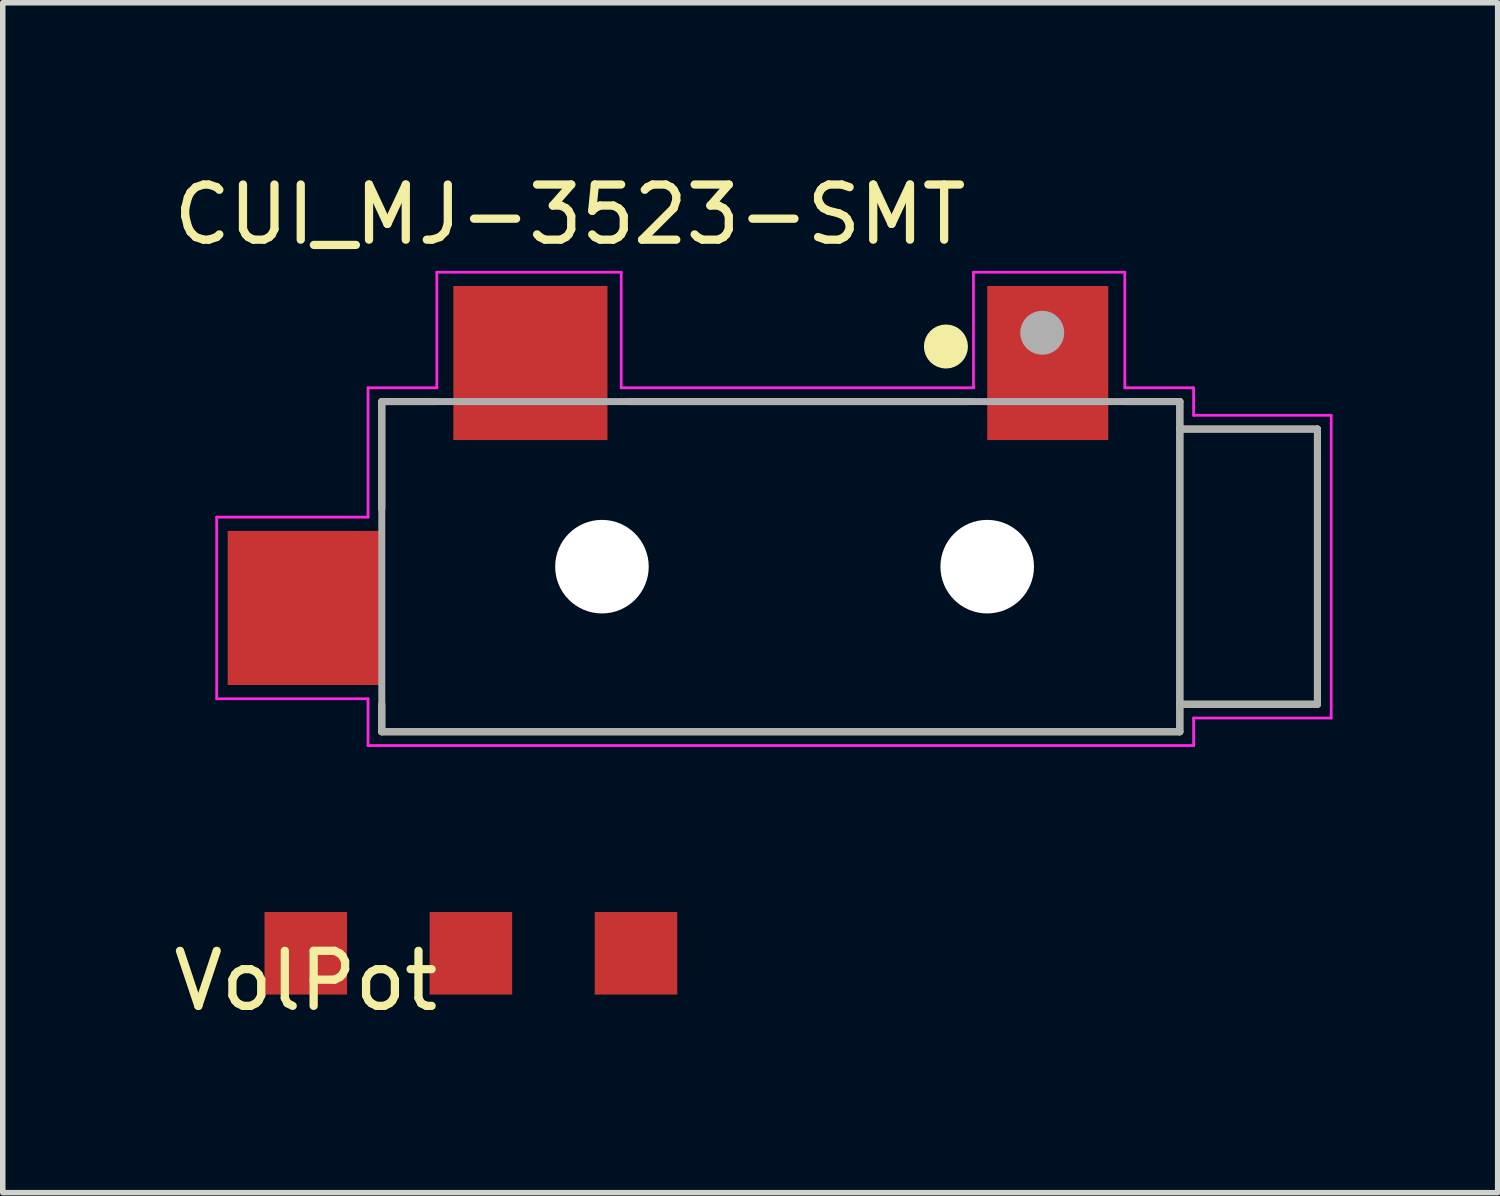
<source format=kicad_pcb>
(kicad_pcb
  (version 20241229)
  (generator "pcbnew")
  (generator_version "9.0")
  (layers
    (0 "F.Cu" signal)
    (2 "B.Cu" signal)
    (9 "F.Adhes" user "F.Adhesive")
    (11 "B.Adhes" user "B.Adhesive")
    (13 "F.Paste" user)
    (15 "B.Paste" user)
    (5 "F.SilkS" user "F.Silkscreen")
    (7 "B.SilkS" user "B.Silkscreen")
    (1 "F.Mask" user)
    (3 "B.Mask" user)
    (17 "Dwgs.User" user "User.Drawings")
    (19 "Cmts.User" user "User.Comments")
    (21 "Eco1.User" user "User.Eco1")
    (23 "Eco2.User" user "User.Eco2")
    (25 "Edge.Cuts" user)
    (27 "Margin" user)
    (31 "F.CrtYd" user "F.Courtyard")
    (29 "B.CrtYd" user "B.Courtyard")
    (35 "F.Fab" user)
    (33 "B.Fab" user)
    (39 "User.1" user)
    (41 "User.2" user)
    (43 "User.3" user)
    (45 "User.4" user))
  (footprint "VolPot"
    (layer "F.Cu")
    (at 2.506 14.271)
    (property "Reference" "VolPot" (at 0 0.5 0) (layer "F.SilkS") (effects (font (size 1 1) (thickness 0.15))))
    (attr through_hole)
    (pad "1" smd rect (at 0 0) (size 1.5 1.5) (layers "F.Cu" "F.Mask" "F.Paste"))
    (pad "2" smd rect (at 3 0) (size 1.5 1.5) (layers "F.Cu" "F.Mask" "F.Paste"))
    (pad "3" smd rect (at 6 0) (size 1.5 1.5) (layers "F.Cu" "F.Mask" "F.Paste")))
  (footprint "CUI_MJ-3523-SMT"
    (layer "F.Cu")
    (at 11.137 7.246)
    (property "Reference" "CUI_MJ-3523-SMT" (at -3.832 -6.397 0) (layer "F.SilkS") (effects (font (size 1.002 1.002) (thickness 0.15))))
    (attr through_hole)
    (fp_line (start -7.25 -3) (end -7.25 -1.05) (stroke (width 0.127) (type solid)) (layer "F.SilkS"))
    (fp_line (start -7.25 2.5) (end -7.25 3) (stroke (width 0.127) (type solid)) (layer "F.SilkS"))
    (fp_line (start -7.25 3) (end 7.25 3) (stroke (width 0.127) (type solid)) (layer "F.SilkS"))
    (fp_line (start -6.25 -3) (end -7.25 -3) (stroke (width 0.127) (type solid)) (layer "F.SilkS"))
    (fp_line (start 3.4 -3) (end -2.75 -3) (stroke (width 0.127) (type solid)) (layer "F.SilkS"))
    (fp_line (start 7.25 -3) (end 6.25 -3) (stroke (width 0.127) (type solid)) (layer "F.SilkS"))
    (fp_line (start 7.25 -2.5) (end 7.25 -3) (stroke (width 0.127) (type solid)) (layer "F.SilkS"))
    (fp_line (start 7.25 -2.5) (end 9.75 -2.5) (stroke (width 0.127) (type solid)) (layer "F.SilkS"))
    (fp_line (start 7.25 2.5) (end 7.25 -2.5) (stroke (width 0.127) (type solid)) (layer "F.SilkS"))
    (fp_line (start 7.25 3) (end 7.25 2.5) (stroke (width 0.127) (type solid)) (layer "F.SilkS"))
    (fp_line (start 9.75 -2.5) (end 9.75 2.5) (stroke (width 0.127) (type solid)) (layer "F.SilkS"))
    (fp_line (start 9.75 2.5) (end 7.25 2.5) (stroke (width 0.127) (type solid)) (layer "F.SilkS"))
    (fp_circle (center 3 -4) (end 3.2 -4) (stroke (width 0.4) (type solid)) (fill no) (layer "F.SilkS"))
    (fp_line (start -10.25 -0.9) (end -7.5 -0.9) (stroke (width 0.05) (type solid)) (layer "F.CrtYd"))
    (fp_line (start -10.25 2.4) (end -10.25 -0.9) (stroke (width 0.05) (type solid)) (layer "F.CrtYd"))
    (fp_line (start -7.5 -3.25) (end -6.25 -3.25) (stroke (width 0.05) (type solid)) (layer "F.CrtYd"))
    (fp_line (start -7.5 -0.9) (end -7.5 -3.25) (stroke (width 0.05) (type solid)) (layer "F.CrtYd"))
    (fp_line (start -7.5 2.4) (end -10.25 2.4) (stroke (width 0.05) (type solid)) (layer "F.CrtYd"))
    (fp_line (start -7.5 3.25) (end -7.5 2.4) (stroke (width 0.05) (type solid)) (layer "F.CrtYd"))
    (fp_line (start -6.25 -5.35) (end -2.9 -5.35) (stroke (width 0.05) (type solid)) (layer "F.CrtYd"))
    (fp_line (start -6.25 -3.25) (end -6.25 -5.35) (stroke (width 0.05) (type solid)) (layer "F.CrtYd"))
    (fp_line (start -2.9 -5.35) (end -2.9 -3.25) (stroke (width 0.05) (type solid)) (layer "F.CrtYd"))
    (fp_line (start -2.9 -3.25) (end 3.5 -3.25) (stroke (width 0.05) (type solid)) (layer "F.CrtYd"))
    (fp_line (start 3.5 -5.35) (end 6.25 -5.35) (stroke (width 0.05) (type solid)) (layer "F.CrtYd"))
    (fp_line (start 3.5 -3.25) (end 3.5 -5.35) (stroke (width 0.05) (type solid)) (layer "F.CrtYd"))
    (fp_line (start 6.25 -5.35) (end 6.25 -3.25) (stroke (width 0.05) (type solid)) (layer "F.CrtYd"))
    (fp_line (start 6.25 -3.25) (end 7.5 -3.25) (stroke (width 0.05) (type solid)) (layer "F.CrtYd"))
    (fp_line (start 7.5 -3.25) (end 7.5 -2.75) (stroke (width 0.05) (type solid)) (layer "F.CrtYd"))
    (fp_line (start 7.5 -2.75) (end 10 -2.75) (stroke (width 0.05) (type solid)) (layer "F.CrtYd"))
    (fp_line (start 7.5 2.75) (end 7.5 3.25) (stroke (width 0.05) (type solid)) (layer "F.CrtYd"))
    (fp_line (start 7.5 3.25) (end -7.5 3.25) (stroke (width 0.05) (type solid)) (layer "F.CrtYd"))
    (fp_line (start 10 -2.75) (end 10 2.75) (stroke (width 0.05) (type solid)) (layer "F.CrtYd"))
    (fp_line (start 10 2.75) (end 7.5 2.75) (stroke (width 0.05) (type solid)) (layer "F.CrtYd"))
    (fp_line (start -7.25 -3) (end 7.25 -3) (stroke (width 0.127) (type solid)) (layer "F.Fab"))
    (fp_line (start -7.25 3) (end -7.25 -3) (stroke (width 0.127) (type solid)) (layer "F.Fab"))
    (fp_line (start 7.25 -3) (end 7.25 -2.5) (stroke (width 0.127) (type solid)) (layer "F.Fab"))
    (fp_line (start 7.25 -2.5) (end 7.25 2.5) (stroke (width 0.127) (type solid)) (layer "F.Fab"))
    (fp_line (start 7.25 -2.5) (end 9.75 -2.5) (stroke (width 0.127) (type solid)) (layer "F.Fab"))
    (fp_line (start 7.25 2.5) (end 7.25 3) (stroke (width 0.127) (type solid)) (layer "F.Fab"))
    (fp_line (start 7.25 3) (end -7.25 3) (stroke (width 0.127) (type solid)) (layer "F.Fab"))
    (fp_line (start 9.75 -2.5) (end 9.75 2.5) (stroke (width 0.127) (type solid)) (layer "F.Fab"))
    (fp_line (start 9.75 2.5) (end 7.25 2.5) (stroke (width 0.127) (type solid)) (layer "F.Fab"))
    (fp_circle (center 4.75 -4.25) (end 4.95 -4.25) (stroke (width 0.4) (type solid)) (fill no) (layer "F.Fab"))
    (pad "" np_thru_hole circle (at -3.25 0) (size 1.7 1.7) (drill 1.7) (layers "*.Cu" "*.Mask"))
    (pad "" np_thru_hole circle (at 3.75 0) (size 1.7 1.7) (drill 1.7) (layers "*.Cu" "*.Mask"))
    (pad "1" smd rect (at 4.85 -3.7) (size 2.2 2.8) (layers "F.Cu" "F.Mask" "F.Paste"))
    (pad "2" smd rect (at -4.55 -3.7) (size 2.8 2.8) (layers "F.Cu" "F.Mask" "F.Paste"))
    (pad "10" smd rect (at -8.65 0.75) (size 2.8 2.8) (layers "F.Cu" "F.Mask" "F.Paste")))
  (gr_rect
    (start -3 -3)
    (end 24.162 18.62)
    (stroke (width 0.1) (type default))
    (fill no)
    (layer "Edge.Cuts")))
</source>
